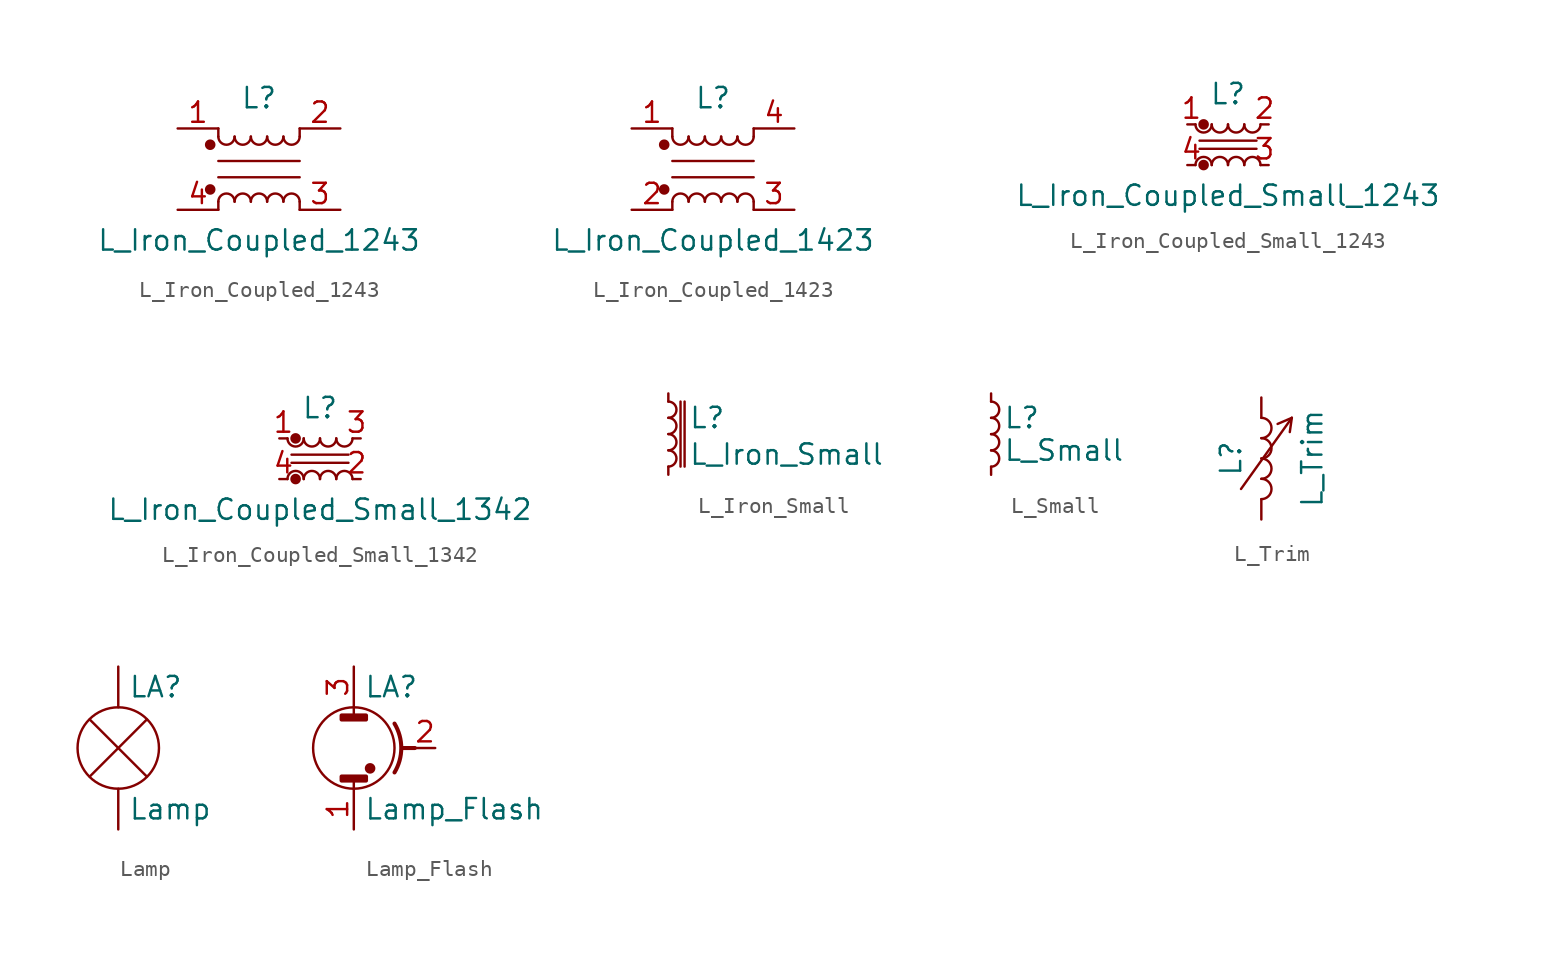
<source format=kicad_sym>
(kicad_symbol_lib
  (version 20241209)
  (generator "kicad_symbol_editor")
  (generator_version "9.0")
  (symbol "L_Iron_Coupled_1243"
    (pin_names
      (offset 0.254)
      (hide yes))
    (property "Reference" "L"
      (at 0 4.445 0)
      (effects (font (size 1.27 1.27))))
    (property "Value" "L_Iron_Coupled_1243"
      (at 0 -4.445 0)
      (effects (font (size 1.27 1.27))))
    (symbol "L_Iron_Coupled_1243_0_1"
      (circle (center -3.048 1.524) (radius 0.254) (stroke (width 0) (type solid)) (fill (type outline)))
      (circle (center -3.048 -1.27) (radius 0.254) (stroke (width 0) (type solid)) (fill (type outline)))
      (polyline (pts (xy -2.54 2.032) (xy -2.54 2.54)) (stroke (width 0) (type solid)) (fill (type none)))
      (polyline (pts (xy -2.54 0.508) (xy 2.54 0.508)) (stroke (width 0) (type solid)) (fill (type none)))
      (polyline (pts (xy -2.54 -2.032) (xy -2.54 -2.54)) (stroke (width 0) (type solid)) (fill (type none)))
      (arc (start -1.524 2.032) (mid -2.032 1.524) (end -2.54 2.032) (stroke (width 0) (type solid)) (fill (type none)))
      (arc (start -2.54 -2.032) (mid -2.032 -1.524) (end -1.524 -2.032) (stroke (width 0) (type solid)) (fill (type none)))
      (arc (start -0.508 2.032) (mid -1.016 1.524) (end -1.524 2.032) (stroke (width 0) (type solid)) (fill (type none)))
      (arc (start -1.524 -2.032) (mid -1.016 -1.524) (end -0.508 -2.032) (stroke (width 0) (type solid)) (fill (type none)))
      (arc (start 0.508 2.032) (mid 0 1.524) (end -0.508 2.032) (stroke (width 0) (type solid)) (fill (type none)))
      (arc (start -0.508 -2.032) (mid 0 -1.524) (end 0.508 -2.032) (stroke (width 0) (type solid)) (fill (type none)))
      (arc (start 1.524 2.032) (mid 1.016 1.524) (end 0.508 2.032) (stroke (width 0) (type solid)) (fill (type none)))
      (arc (start 0.508 -2.032) (mid 1.016 -1.524) (end 1.524 -2.032) (stroke (width 0) (type solid)) (fill (type none)))
      (arc (start 2.54 2.032) (mid 2.032 1.524) (end 1.524 2.032) (stroke (width 0) (type solid)) (fill (type none)))
      (arc (start 1.524 -2.032) (mid 2.032 -1.524) (end 2.54 -2.032) (stroke (width 0) (type solid)) (fill (type none)))
      (polyline (pts (xy 2.54 2.54) (xy 2.54 2.032)) (stroke (width 0) (type solid)) (fill (type none)))
      (polyline (pts (xy 2.54 -0.508) (xy -2.54 -0.508)) (stroke (width 0) (type solid)) (fill (type none)))
      (polyline (pts (xy 2.54 -2.032) (xy 2.54 -2.54)) (stroke (width 0) (type solid)) (fill (type none))))
    (symbol "L_Iron_Coupled_1243_1_1"
      (pin passive line (at -5.08 2.54 0) (length 2.54) (name "1" (effects (font (size 1.27 1.27)))) (number "1" (effects (font (size 1.27 1.27)))))
      (pin passive line (at -5.08 -2.54 0) (length 2.54) (name "4" (effects (font (size 1.27 1.27)))) (number "4" (effects (font (size 1.27 1.27)))))
      (pin passive line (at 5.08 2.54 180) (length 2.54) (name "2" (effects (font (size 1.27 1.27)))) (number "2" (effects (font (size 1.27 1.27)))))
      (pin passive line (at 5.08 -2.54 180) (length 2.54) (name "3" (effects (font (size 1.27 1.27)))) (number "3" (effects (font (size 1.27 1.27)))))))
  (symbol "L_Iron_Coupled_1423"
    (pin_names
      (offset 0.254)
      (hide yes))
    (property "Reference" "L"
      (at 0 4.445 0)
      (effects (font (size 1.27 1.27))))
    (property "Value" "L_Iron_Coupled_1423"
      (at 0 -4.445 0)
      (effects (font (size 1.27 1.27))))
    (symbol "L_Iron_Coupled_1423_0_1"
      (circle (center -3.048 1.524) (radius 0.254) (stroke (width 0) (type solid)) (fill (type outline)))
      (circle (center -3.048 -1.27) (radius 0.254) (stroke (width 0) (type solid)) (fill (type outline)))
      (polyline (pts (xy -2.54 2.032) (xy -2.54 2.54)) (stroke (width 0) (type solid)) (fill (type none)))
      (polyline (pts (xy -2.54 0.508) (xy 2.54 0.508)) (stroke (width 0) (type solid)) (fill (type none)))
      (polyline (pts (xy -2.54 -2.032) (xy -2.54 -2.54)) (stroke (width 0) (type solid)) (fill (type none)))
      (arc (start -1.524 2.032) (mid -2.032 1.524) (end -2.54 2.032) (stroke (width 0) (type solid)) (fill (type none)))
      (arc (start -2.54 -2.032) (mid -2.032 -1.524) (end -1.524 -2.032) (stroke (width 0) (type solid)) (fill (type none)))
      (arc (start -0.508 2.032) (mid -1.016 1.524) (end -1.524 2.032) (stroke (width 0) (type solid)) (fill (type none)))
      (arc (start -1.524 -2.032) (mid -1.016 -1.524) (end -0.508 -2.032) (stroke (width 0) (type solid)) (fill (type none)))
      (arc (start 0.508 2.032) (mid 0 1.524) (end -0.508 2.032) (stroke (width 0) (type solid)) (fill (type none)))
      (arc (start -0.508 -2.032) (mid 0 -1.524) (end 0.508 -2.032) (stroke (width 0) (type solid)) (fill (type none)))
      (arc (start 1.524 2.032) (mid 1.016 1.524) (end 0.508 2.032) (stroke (width 0) (type solid)) (fill (type none)))
      (arc (start 0.508 -2.032) (mid 1.016 -1.524) (end 1.524 -2.032) (stroke (width 0) (type solid)) (fill (type none)))
      (arc (start 2.54 2.032) (mid 2.032 1.524) (end 1.524 2.032) (stroke (width 0) (type solid)) (fill (type none)))
      (arc (start 1.524 -2.032) (mid 2.032 -1.524) (end 2.54 -2.032) (stroke (width 0) (type solid)) (fill (type none)))
      (polyline (pts (xy 2.54 2.54) (xy 2.54 2.032)) (stroke (width 0) (type solid)) (fill (type none)))
      (polyline (pts (xy 2.54 -0.508) (xy -2.54 -0.508)) (stroke (width 0) (type solid)) (fill (type none)))
      (polyline (pts (xy 2.54 -2.032) (xy 2.54 -2.54)) (stroke (width 0) (type solid)) (fill (type none))))
    (symbol "L_Iron_Coupled_1423_1_1"
      (pin passive line (at -5.08 2.54 0) (length 2.54) (name "1" (effects (font (size 1.27 1.27)))) (number "1" (effects (font (size 1.27 1.27)))))
      (pin passive line (at -5.08 -2.54 0) (length 2.54) (name "2" (effects (font (size 1.27 1.27)))) (number "2" (effects (font (size 1.27 1.27)))))
      (pin passive line (at 5.08 2.54 180) (length 2.54) (name "4" (effects (font (size 1.27 1.27)))) (number "4" (effects (font (size 1.27 1.27)))))
      (pin passive line (at 5.08 -2.54 180) (length 2.54) (name "3" (effects (font (size 1.27 1.27)))) (number "3" (effects (font (size 1.27 1.27)))))))
  (symbol "L_Iron_Coupled_Small_1243"
    (pin_names
      (offset 0.254)
      (hide yes))
    (property "Reference" "L"
      (at 0 3.175 0)
      (effects (font (size 1.27 1.27))))
    (property "Value" "L_Iron_Coupled_Small_1243"
      (at 0 -3.175 0)
      (effects (font (size 1.27 1.27))))
    (symbol "L_Iron_Coupled_Small_1243_0_1"
      (circle (center -1.524 1.27) (radius 0.254) (stroke (width 0) (type solid)) (fill (type outline)))
      (arc (start -1.016 1.27) (mid -1.524 0.762) (end -2.032 1.27) (stroke (width 0) (type solid)) (fill (type none)))
      (arc (start -2.032 -1.27) (mid -1.524 -0.762) (end -1.016 -1.27) (stroke (width 0) (type solid)) (fill (type none)))
      (circle (center -1.524 -1.27) (radius 0.254) (stroke (width 0) (type solid)) (fill (type outline)))
      (arc (start 0 1.27) (mid -0.508 0.762) (end -1.016 1.27) (stroke (width 0) (type solid)) (fill (type none)))
      (arc (start -1.016 -1.27) (mid -0.508 -0.762) (end 0 -1.27) (stroke (width 0) (type solid)) (fill (type none)))
      (arc (start 1.016 1.27) (mid 0.508 0.762) (end 0 1.27) (stroke (width 0) (type solid)) (fill (type none)))
      (arc (start 0 -1.27) (mid 0.508 -0.762) (end 1.016 -1.27) (stroke (width 0) (type solid)) (fill (type none)))
      (arc (start 2.032 1.27) (mid 1.524 0.762) (end 1.016 1.27) (stroke (width 0) (type solid)) (fill (type none)))
      (arc (start 1.016 -1.27) (mid 1.524 -0.762) (end 2.032 -1.27) (stroke (width 0) (type solid)) (fill (type none)))
      (polyline (pts (xy 1.778 0.254) (xy -1.778 0.254)) (stroke (width 0) (type solid)) (fill (type none)))
      (polyline (pts (xy 1.778 -0.254) (xy -1.778 -0.254)) (stroke (width 0) (type solid)) (fill (type none))))
    (symbol "L_Iron_Coupled_Small_1243_1_1"
      (pin passive line (at -2.54 1.27 0) (length 0.508) (name "1" (effects (font (size 1.27 1.27)))) (number "1" (effects (font (size 1.27 1.27)))))
      (pin passive line (at -2.54 -1.27 0) (length 0.508) (name "4" (effects (font (size 1.27 1.27)))) (number "4" (effects (font (size 1.27 1.27)))))
      (pin passive line (at 2.54 1.27 180) (length 0.508) (name "2" (effects (font (size 1.27 1.27)))) (number "2" (effects (font (size 1.27 1.27)))))
      (pin passive line (at 2.54 -1.27 180) (length 0.508) (name "3" (effects (font (size 1.27 1.27)))) (number "3" (effects (font (size 1.27 1.27)))))))
  (symbol "L_Iron_Coupled_Small_1342"
    (pin_names
      (offset 0.254)
      (hide yes))
    (property "Reference" "L"
      (at 0 3.175 0)
      (effects (font (size 1.27 1.27))))
    (property "Value" "L_Iron_Coupled_Small_1342"
      (at 0 -3.175 0)
      (effects (font (size 1.27 1.27))))
    (symbol "L_Iron_Coupled_Small_1342_0_1"
      (circle (center -1.524 1.27) (radius 0.254) (stroke (width 0) (type solid)) (fill (type outline)))
      (arc (start -1.016 1.27) (mid -1.524 0.762) (end -2.032 1.27) (stroke (width 0) (type solid)) (fill (type none)))
      (arc (start -2.032 -1.27) (mid -1.524 -0.762) (end -1.016 -1.27) (stroke (width 0) (type solid)) (fill (type none)))
      (circle (center -1.524 -1.27) (radius 0.254) (stroke (width 0) (type solid)) (fill (type outline)))
      (arc (start 0 1.27) (mid -0.508 0.762) (end -1.016 1.27) (stroke (width 0) (type solid)) (fill (type none)))
      (arc (start -1.016 -1.27) (mid -0.508 -0.762) (end 0 -1.27) (stroke (width 0) (type solid)) (fill (type none)))
      (arc (start 1.016 1.27) (mid 0.508 0.762) (end 0 1.27) (stroke (width 0) (type solid)) (fill (type none)))
      (arc (start 0 -1.27) (mid 0.508 -0.762) (end 1.016 -1.27) (stroke (width 0) (type solid)) (fill (type none)))
      (arc (start 2.032 1.27) (mid 1.524 0.762) (end 1.016 1.27) (stroke (width 0) (type solid)) (fill (type none)))
      (arc (start 1.016 -1.27) (mid 1.524 -0.762) (end 2.032 -1.27) (stroke (width 0) (type solid)) (fill (type none)))
      (polyline (pts (xy 1.778 0.254) (xy -1.778 0.254)) (stroke (width 0) (type solid)) (fill (type none)))
      (polyline (pts (xy 1.778 -0.254) (xy -1.778 -0.254)) (stroke (width 0) (type solid)) (fill (type none))))
    (symbol "L_Iron_Coupled_Small_1342_1_1"
      (pin passive line (at -2.54 1.27 0) (length 0.508) (name "1" (effects (font (size 1.27 1.27)))) (number "1" (effects (font (size 1.27 1.27)))))
      (pin passive line (at -2.54 -1.27 0) (length 0.508) (name "4" (effects (font (size 1.27 1.27)))) (number "4" (effects (font (size 1.27 1.27)))))
      (pin passive line (at 2.54 1.27 180) (length 0.508) (name "3" (effects (font (size 1.27 1.27)))) (number "3" (effects (font (size 1.27 1.27)))))
      (pin passive line (at 2.54 -1.27 180) (length 0.508) (name "2" (effects (font (size 1.27 1.27)))) (number "2" (effects (font (size 1.27 1.27)))))))
  (symbol "L_Iron_Small"
    (pin_numbers
      (hide yes))
    (pin_names
      (offset 0.254)
      (hide yes))
    (property "Reference" "L"
      (at 1.27 1.016 0)
      (effects (font (size 1.27 1.27)) (justify left)))
    (property "Value" "L_Iron_Small"
      (at 1.27 -1.27 0)
      (effects (font (size 1.27 1.27)) (justify left)))
    (symbol "L_Iron_Small_0_1"
      (arc (start 0 2.032) (mid 0.508 1.524) (end 0 1.016) (stroke (width 0) (type solid)) (fill (type none)))
      (arc (start 0 1.016) (mid 0.508 0.508) (end 0 0) (stroke (width 0) (type solid)) (fill (type none)))
      (arc (start 0 0) (mid 0.508 -0.508) (end 0 -1.016) (stroke (width 0) (type solid)) (fill (type none)))
      (arc (start 0 -1.016) (mid 0.508 -1.524) (end 0 -2.032) (stroke (width 0) (type solid)) (fill (type none)))
      (polyline (pts (xy 0.762 2.032) (xy 0.762 -2.032)) (stroke (width 0) (type solid)) (fill (type none)))
      (polyline (pts (xy 1.016 -2.032) (xy 1.016 2.032)) (stroke (width 0) (type solid)) (fill (type none))))
    (symbol "L_Iron_Small_1_1"
      (pin passive line (at 0 2.54 270) (length 0.508) (name "~" (effects (font (size 1.27 1.27)))) (number "1" (effects (font (size 1.27 1.27)))))
      (pin passive line (at 0 -2.54 90) (length 0.508) (name "~" (effects (font (size 1.27 1.27)))) (number "2" (effects (font (size 1.27 1.27)))))))
  (symbol "L_Small"
    (pin_numbers
      (hide yes))
    (pin_names
      (offset 0.254)
      (hide yes))
    (property "Reference" "L"
      (at 0.762 1.016 0)
      (effects (font (size 1.27 1.27)) (justify left)))
    (property "Value" "L_Small"
      (at 0.762 -1.016 0)
      (effects (font (size 1.27 1.27)) (justify left)))
    (symbol "L_Small_0_1"
      (arc (start 0 2.032) (mid 0.508 1.524) (end 0 1.016) (stroke (width 0) (type solid)) (fill (type none)))
      (arc (start 0 1.016) (mid 0.508 0.508) (end 0 0) (stroke (width 0) (type solid)) (fill (type none)))
      (arc (start 0 0) (mid 0.508 -0.508) (end 0 -1.016) (stroke (width 0) (type solid)) (fill (type none)))
      (arc (start 0 -1.016) (mid 0.508 -1.524) (end 0 -2.032) (stroke (width 0) (type solid)) (fill (type none))))
    (symbol "L_Small_1_1"
      (pin passive line (at 0 2.54 270) (length 0.508) (name "~" (effects (font (size 1.27 1.27)))) (number "1" (effects (font (size 1.27 1.27)))))
      (pin passive line (at 0 -2.54 90) (length 0.508) (name "~" (effects (font (size 1.27 1.27)))) (number "2" (effects (font (size 1.27 1.27)))))))
  (symbol "L_Trim"
    (pin_numbers
      (hide yes))
    (pin_names
      (offset 1.016)
      (hide yes))
    (property "Reference" "L"
      (at -1.905 0 90)
      (effects (font (size 1.27 1.27))))
    (property "Value" "L_Trim"
      (at 3.175 0 90)
      (effects (font (size 1.27 1.27))))
    (symbol "L_Trim_0_1"
      (polyline (pts (xy -1.27 -1.905) (xy 1.905 2.54)) (stroke (width 0) (type solid)) (fill (type none)))
      (arc (start 0 2.54) (mid 0.635 1.905) (end 0 1.27) (stroke (width 0) (type solid)) (fill (type none)))
      (arc (start 0 1.27) (mid 0.635 0.635) (end 0 0) (stroke (width 0) (type solid)) (fill (type none)))
      (arc (start 0 0) (mid 0.635 -0.635) (end 0 -1.27) (stroke (width 0) (type solid)) (fill (type none)))
      (arc (start 0 -1.27) (mid 0.635 -1.905) (end 0 -2.54) (stroke (width 0) (type solid)) (fill (type none)))
      (polyline (pts (xy 1.905 2.54) (xy 1.016 2.159)) (stroke (width 0) (type solid)) (fill (type none)))
      (polyline (pts (xy 1.905 2.54) (xy 1.778 1.651)) (stroke (width 0) (type solid)) (fill (type none))))
    (symbol "L_Trim_1_1"
      (pin passive line (at 0 3.81 270) (length 1.27) (name "1" (effects (font (size 1.27 1.27)))) (number "1" (effects (font (size 1.27 1.27)))))
      (pin passive line (at 0 -3.81 90) (length 1.27) (name "2" (effects (font (size 1.27 1.27)))) (number "2" (effects (font (size 1.27 1.27)))))))
  (symbol "Lamp"
    (pin_numbers
      (hide yes))
    (pin_names
      (offset 0.025)
      (hide yes))
    (property "Reference" "LA"
      (at 0.635 3.81 0)
      (effects (font (size 1.27 1.27)) (justify left)))
    (property "Value" "Lamp"
      (at 0.635 -3.81 0)
      (effects (font (size 1.27 1.27)) (justify left)))
    (symbol "Lamp_0_1"
      (polyline (pts (xy -1.778 1.778) (xy 1.778 -1.778)) (stroke (width 0) (type solid)) (fill (type none)))
      (circle (center 0 0) (radius 2.54) (stroke (width 0) (type solid)) (fill (type none)))
      (polyline (pts (xy 1.778 1.778) (xy -1.778 -1.778)) (stroke (width 0) (type solid)) (fill (type none))))
    (symbol "Lamp_1_1"
      (pin passive line (at 0 5.08 270) (length 2.54) (name "+" (effects (font (size 1.27 1.27)))) (number "2" (effects (font (size 1.27 1.27)))))
      (pin passive line (at 0 -5.08 90) (length 2.54) (name "-" (effects (font (size 1.27 1.27)))) (number "1" (effects (font (size 1.27 1.27)))))))
  (symbol "Lamp_Flash"
    (pin_names
      (offset 0.025)
      (hide yes))
    (property "Reference" "LA"
      (at 0.635 3.81 0)
      (effects (font (size 1.27 1.27)) (justify left)))
    (property "Value" "Lamp_Flash"
      (at 0.635 -3.81 0)
      (effects (font (size 1.27 1.27)) (justify left)))
    (symbol "Lamp_Flash_0_0"
      (rectangle (start -0.762 2.032) (end 0.762 1.778) (stroke (width 0.254) (type solid)) (fill (type outline)))
      (rectangle (start -0.762 -1.778) (end 0.762 -2.032) (stroke (width 0.254) (type solid)) (fill (type outline)))
      (arc (start 2.54 1.524) (mid 2.9621 0) (end 2.54 -1.524) (stroke (width 0.254) (type solid)) (fill (type none)))
      (polyline (pts (xy 3.048 0) (xy 3.81 0)) (stroke (width 0.254) (type solid)) (fill (type none))))
    (symbol "Lamp_Flash_0_1"
      (polyline (pts (xy 0 2.54) (xy 0 2.032)) (stroke (width 0) (type solid)) (fill (type none)))
      (circle (center 0 0) (radius 2.54) (stroke (width 0) (type solid)) (fill (type none)))
      (polyline (pts (xy 0 -2.54) (xy 0 -2.032)) (stroke (width 0) (type solid)) (fill (type none)))
      (circle (center 1.016 -1.27) (radius 0.254) (stroke (width 0) (type solid)) (fill (type outline))))
    (symbol "Lamp_Flash_1_1"
      (pin passive line (at 0 5.08 270) (length 2.54) (name "~" (effects (font (size 1.27 1.27)))) (number "3" (effects (font (size 1.27 1.27)))))
      (pin passive line (at 0 -5.08 90) (length 2.54) (name "~" (effects (font (size 1.27 1.27)))) (number "1" (effects (font (size 1.27 1.27)))))
      (pin passive line (at 5.08 0 180) (length 1.27) (name "~" (effects (font (size 1.27 1.27)))) (number "2" (effects (font (size 1.27 1.27))))))))
</source>
